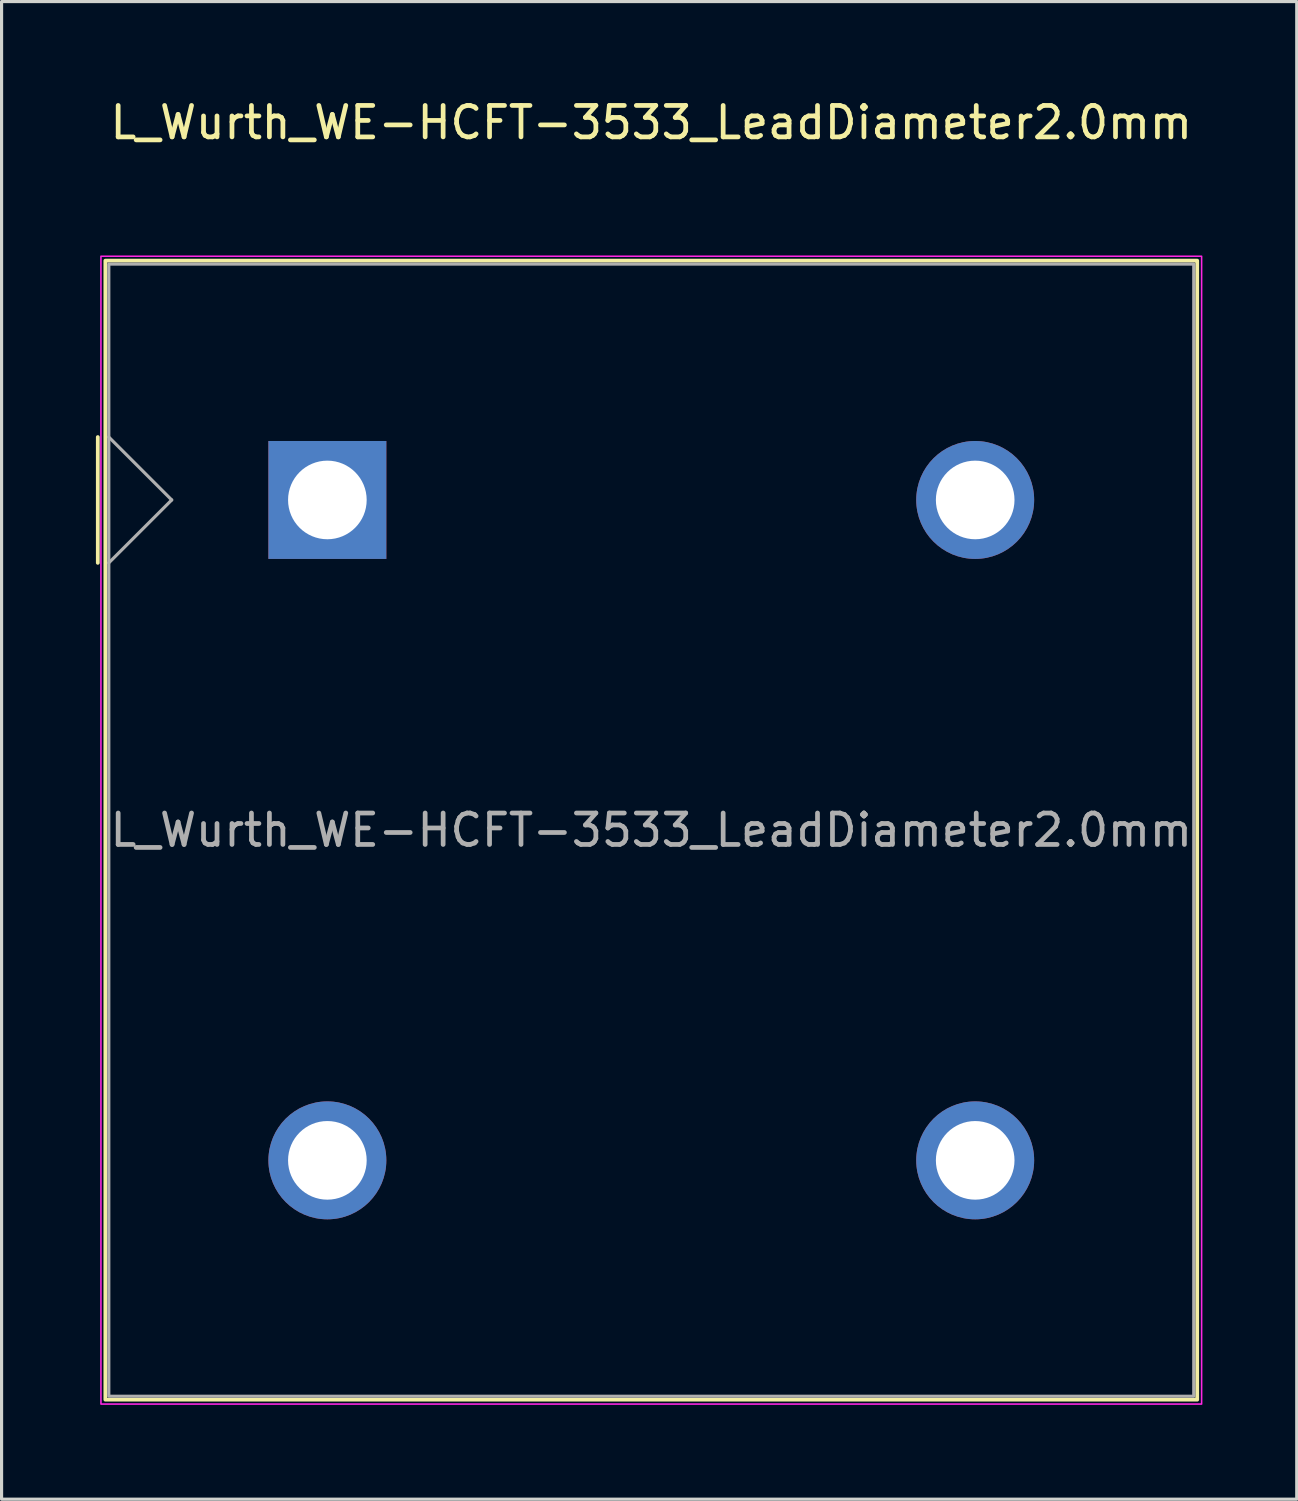
<source format=kicad_pcb>
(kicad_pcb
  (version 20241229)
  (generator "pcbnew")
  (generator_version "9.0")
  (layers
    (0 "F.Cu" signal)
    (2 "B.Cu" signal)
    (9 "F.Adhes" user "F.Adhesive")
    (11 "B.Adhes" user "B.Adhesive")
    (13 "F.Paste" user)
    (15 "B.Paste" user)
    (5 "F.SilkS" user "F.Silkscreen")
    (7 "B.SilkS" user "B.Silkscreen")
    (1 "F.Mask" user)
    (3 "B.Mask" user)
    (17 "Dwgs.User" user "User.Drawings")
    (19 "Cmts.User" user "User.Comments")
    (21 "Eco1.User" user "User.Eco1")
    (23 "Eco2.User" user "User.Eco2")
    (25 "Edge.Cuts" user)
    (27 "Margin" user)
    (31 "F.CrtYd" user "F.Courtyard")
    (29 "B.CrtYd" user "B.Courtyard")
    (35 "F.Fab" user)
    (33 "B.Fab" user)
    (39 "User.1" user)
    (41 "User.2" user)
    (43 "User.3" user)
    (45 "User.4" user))
  (footprint "L_Wurth_WE-HCFT-3533_LeadDiameter2.0mm"
    (layer "F.Cu")
    (at 7.36 12.848)
    (property "Reference" "L_Wurth_WE-HCFT-3533_LeadDiameter2.0mm" (at 10.3 -12 0) (unlocked yes) (layer "F.SilkS") (effects (font (size 1 1) (thickness 0.15))))
    (attr through_hole)
    (fp_line (start -7.3 -2) (end -7.3 2) (stroke (width 0.12) (type solid)) (layer "F.SilkS"))
    (fp_rect (start -7.06 -7.61) (end 27.66 28.61) (stroke (width 0.12) (type solid)) (fill no) (layer "F.SilkS"))
    (fp_rect (start -7.2 -7.75) (end 27.8 28.75) (stroke (width 0.05) (type solid)) (fill no) (layer "F.CrtYd"))
    (fp_line (start -6.95 -2) (end -4.95 0) (stroke (width 0.1) (type solid)) (layer "F.Fab"))
    (fp_line (start -4.95 0) (end -6.95 2) (stroke (width 0.1) (type solid)) (layer "F.Fab"))
    (fp_rect (start -6.95 -7.5) (end 27.55 28.5) (stroke (width 0.1) (type solid)) (fill no) (layer "F.Fab"))
    (fp_text user "${REFERENCE}" (at 10.3 10.5 0) (unlocked yes) (layer "F.Fab") (effects (font (size 1 1) (thickness 0.15))))
    (pad "" thru_hole circle (at 0 21) (size 3.75 3.75) (drill 2.5) (layers "*.Cu" "*.Mask"))
    (pad "" thru_hole circle (at 20.6 0) (size 3.75 3.75) (drill 2.5) (layers "*.Cu" "*.Mask"))
    (pad "1" thru_hole rect (at 0 0) (size 3.75 3.75) (drill 2.5) (layers "*.Cu" "*.Mask"))
    (pad "2" thru_hole circle (at 20.6 21) (size 3.75 3.75) (drill 2.5) (layers "*.Cu" "*.Mask")))
  (gr_rect
    (start -3 -3)
    (end 38.185 44.623)
    (stroke (width 0.1) (type default))
    (fill no)
    (layer "Edge.Cuts")))
</source>
